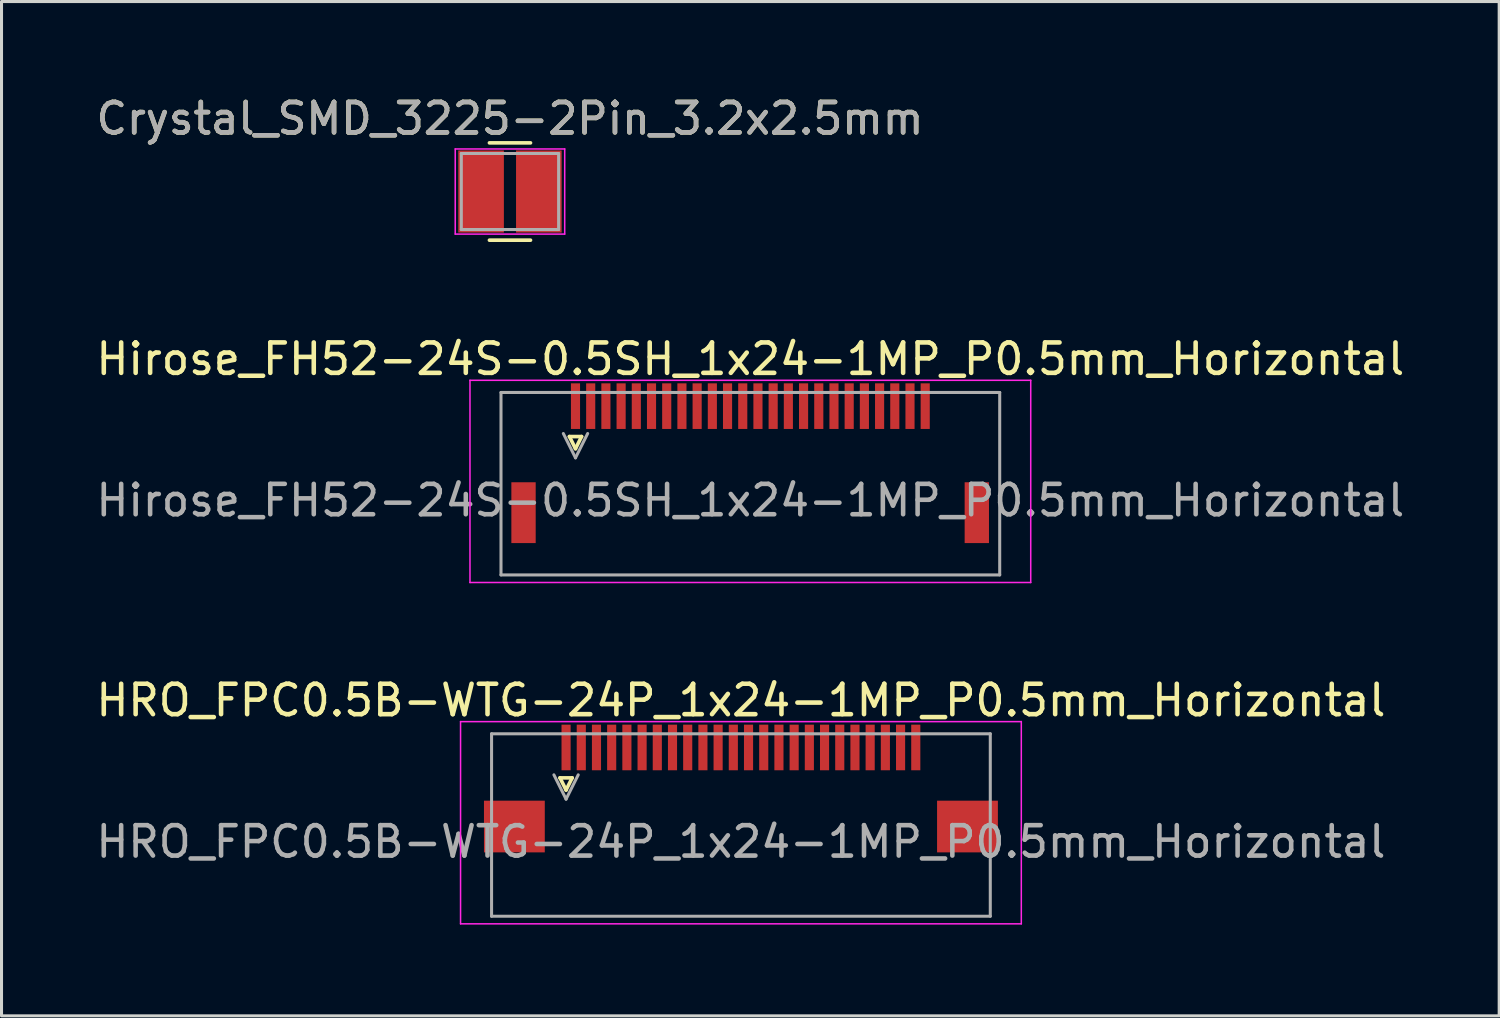
<source format=kicad_pcb>
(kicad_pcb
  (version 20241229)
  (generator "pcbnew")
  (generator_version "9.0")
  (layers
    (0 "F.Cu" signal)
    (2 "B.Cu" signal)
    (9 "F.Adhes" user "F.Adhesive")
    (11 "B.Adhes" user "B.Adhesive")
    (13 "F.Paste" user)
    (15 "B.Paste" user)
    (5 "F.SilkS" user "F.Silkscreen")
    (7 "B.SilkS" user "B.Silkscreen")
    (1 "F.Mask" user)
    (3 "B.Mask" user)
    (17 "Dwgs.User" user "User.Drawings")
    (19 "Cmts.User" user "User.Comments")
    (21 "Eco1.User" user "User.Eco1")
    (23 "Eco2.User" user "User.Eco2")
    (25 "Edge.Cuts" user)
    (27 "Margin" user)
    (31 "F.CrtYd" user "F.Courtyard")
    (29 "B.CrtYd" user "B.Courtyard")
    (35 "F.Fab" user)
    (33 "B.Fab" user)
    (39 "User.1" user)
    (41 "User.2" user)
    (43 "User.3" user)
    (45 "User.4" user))
  (footprint "Crystal_SMD_3225-2Pin_3.2x2.5mm"
    (layer "F.Cu")
    (at 13.72 3.248)
    (property "Reference" "Crystal_SMD_3225-2Pin_3.2x2.5mm" (at 0 -2.4 0) (layer "F.SilkS") (effects (font (size 1 1) (thickness 0.15))))
    (attr smd)
    (fp_line (start -0.675 -1.6) (end 0.675 -1.6) (stroke (width 0.12) (type solid)) (layer "F.SilkS"))
    (fp_line (start -0.675 1.6) (end 0.675 1.6) (stroke (width 0.12) (type solid)) (layer "F.SilkS"))
    (fp_line (start -1.8 -1.4) (end -1.8 1.4) (stroke (width 0.05) (type solid)) (layer "F.CrtYd"))
    (fp_line (start -1.8 -1.4) (end 1.8 -1.4) (stroke (width 0.05) (type solid)) (layer "F.CrtYd"))
    (fp_line (start -1.8 1.4) (end 1.8 1.4) (stroke (width 0.05) (type solid)) (layer "F.CrtYd"))
    (fp_line (start 1.8 -1.4) (end 1.8 1.4) (stroke (width 0.05) (type solid)) (layer "F.CrtYd"))
    (fp_line (start -1.6 -1.25) (end -1.6 1.25) (stroke (width 0.1) (type solid)) (layer "F.Fab"))
    (fp_line (start -1.6 -1.25) (end 1.6 -1.25) (stroke (width 0.1) (type solid)) (layer "F.Fab"))
    (fp_line (start -1.6 1.25) (end 1.6 1.25) (stroke (width 0.1) (type solid)) (layer "F.Fab"))
    (fp_line (start 1.6 -1.25) (end 1.6 1.25) (stroke (width 0.1) (type solid)) (layer "F.Fab"))
    (fp_text user "${REFERENCE}" (at 0 -2.4 0) (layer "F.Fab") (effects (font (size 1 1) (thickness 0.15))))
    (pad "1" smd rect (at 0.95 0) (size 1.5 2.7) (layers "F.Cu" "F.Mask" "F.Paste"))
    (pad "2" smd rect (at -0.95 0) (size 1.5 2.7) (layers "F.Cu" "F.Mask" "F.Paste")))
  (footprint "Hirose_FH52-24S-0.5SH_1x24-1MP_P0.5mm_Horizontal"
    (layer "F.Cu")
    (at 21.625 12.021)
    (property "Reference" "Hirose_FH52-24S-0.5SH_1x24-1MP_P0.5mm_Horizontal" (at 0 -3.265 0) (layer "F.SilkS") (effects (font (size 1 1) (thickness 0.15))))
    (attr smd)
    (fp_line (start -5.95 -0.715) (end -5.75 -0.315) (stroke (width 0.12) (type solid)) (layer "F.SilkS"))
    (fp_line (start -5.75 -0.315) (end -5.55 -0.715) (stroke (width 0.12) (type solid)) (layer "F.SilkS"))
    (fp_line (start -5.55 -0.715) (end -5.95 -0.715) (stroke (width 0.12) (type solid)) (layer "F.SilkS"))
    (fp_line (start -9.22 -2.565) (end -9.22 4.085) (stroke (width 0.05) (type solid)) (layer "F.CrtYd"))
    (fp_line (start -9.22 4.085) (end 9.22 4.085) (stroke (width 0.05) (type solid)) (layer "F.CrtYd"))
    (fp_line (start 9.22 -2.565) (end -9.22 -2.565) (stroke (width 0.05) (type solid)) (layer "F.CrtYd"))
    (fp_line (start 9.22 4.085) (end 9.22 -2.565) (stroke (width 0.05) (type solid)) (layer "F.CrtYd"))
    (fp_line (start -8.2 -2.165) (end -8.2 3.835) (stroke (width 0.1) (type default)) (layer "F.Fab"))
    (fp_line (start -8.2 -2.165) (end 8.2 -2.165) (stroke (width 0.1) (type default)) (layer "F.Fab"))
    (fp_line (start -8.2 3.835) (end 8.2 3.835) (stroke (width 0.1) (type default)) (layer "F.Fab"))
    (fp_line (start -6.15 -0.815) (end -5.75 -0.015) (stroke (width 0.1) (type solid)) (layer "F.Fab"))
    (fp_line (start -5.75 -0.015) (end -5.35 -0.815) (stroke (width 0.1) (type solid)) (layer "F.Fab"))
    (fp_line (start 8.2 -2.165) (end 8.2 3.835) (stroke (width 0.1) (type default)) (layer "F.Fab"))
    (fp_text user "${REFERENCE}" (at 0 1.385 0) (layer "F.Fab") (effects (font (size 1 1) (thickness 0.15))))
    (pad "1" smd rect (at -5.75 -1.715) (size 0.3 1.5) (layers "F.Cu" "F.Mask" "F.Paste"))
    (pad "2" smd rect (at -5.25 -1.715) (size 0.3 1.5) (layers "F.Cu" "F.Mask" "F.Paste"))
    (pad "3" smd rect (at -4.75 -1.715) (size 0.3 1.5) (layers "F.Cu" "F.Mask" "F.Paste"))
    (pad "4" smd rect (at -4.25 -1.715) (size 0.3 1.5) (layers "F.Cu" "F.Mask" "F.Paste"))
    (pad "5" smd rect (at -3.75 -1.715) (size 0.3 1.5) (layers "F.Cu" "F.Mask" "F.Paste"))
    (pad "6" smd rect (at -3.25 -1.715) (size 0.3 1.5) (layers "F.Cu" "F.Mask" "F.Paste"))
    (pad "7" smd rect (at -2.75 -1.715) (size 0.3 1.5) (layers "F.Cu" "F.Mask" "F.Paste"))
    (pad "8" smd rect (at -2.25 -1.715) (size 0.3 1.5) (layers "F.Cu" "F.Mask" "F.Paste"))
    (pad "9" smd rect (at -1.75 -1.715) (size 0.3 1.5) (layers "F.Cu" "F.Mask" "F.Paste"))
    (pad "10" smd rect (at -1.25 -1.715) (size 0.3 1.5) (layers "F.Cu" "F.Mask" "F.Paste"))
    (pad "11" smd rect (at -0.75 -1.715) (size 0.3 1.5) (layers "F.Cu" "F.Mask" "F.Paste"))
    (pad "12" smd rect (at -0.25 -1.715) (size 0.3 1.5) (layers "F.Cu" "F.Mask" "F.Paste"))
    (pad "13" smd rect (at 0.25 -1.715) (size 0.3 1.5) (layers "F.Cu" "F.Mask" "F.Paste"))
    (pad "14" smd rect (at 0.75 -1.715) (size 0.3 1.5) (layers "F.Cu" "F.Mask" "F.Paste"))
    (pad "15" smd rect (at 1.25 -1.715) (size 0.3 1.5) (layers "F.Cu" "F.Mask" "F.Paste"))
    (pad "16" smd rect (at 1.75 -1.715) (size 0.3 1.5) (layers "F.Cu" "F.Mask" "F.Paste"))
    (pad "17" smd rect (at 2.25 -1.715) (size 0.3 1.5) (layers "F.Cu" "F.Mask" "F.Paste"))
    (pad "18" smd rect (at 2.75 -1.715) (size 0.3 1.5) (layers "F.Cu" "F.Mask" "F.Paste"))
    (pad "19" smd rect (at 3.25 -1.715) (size 0.3 1.5) (layers "F.Cu" "F.Mask" "F.Paste"))
    (pad "20" smd rect (at 3.75 -1.715) (size 0.3 1.5) (layers "F.Cu" "F.Mask" "F.Paste"))
    (pad "21" smd rect (at 4.25 -1.715) (size 0.3 1.5) (layers "F.Cu" "F.Mask" "F.Paste"))
    (pad "22" smd rect (at 4.75 -1.715) (size 0.3 1.5) (layers "F.Cu" "F.Mask" "F.Paste"))
    (pad "23" smd rect (at 5.25 -1.715) (size 0.3 1.5) (layers "F.Cu" "F.Mask" "F.Paste"))
    (pad "24" smd rect (at 5.75 -1.715) (size 0.3 1.5) (layers "F.Cu" "F.Mask" "F.Paste"))
    (pad "MP" smd rect (at -7.459 1.788) (size 0.8 2) (layers "F.Cu" "F.Mask" "F.Paste"))
    (pad "MP" smd rect (at 7.447 1.788) (size 0.8 2) (layers "F.Cu" "F.Mask" "F.Paste")))
  (footprint "HRO_FPC0.5B-WTG-24P_1x24-1MP_P0.5mm_Horizontal"
    (layer "F.Cu")
    (at 21.315 22.28)
    (property "Reference" "HRO_FPC0.5B-WTG-24P_1x24-1MP_P0.5mm_Horizontal" (at 0 -2.3 0) (layer "F.SilkS") (effects (font (size 1 1) (thickness 0.15))))
    (attr smd)
    (fp_line (start -5.95 0.25) (end -5.75 0.65) (stroke (width 0.12) (type solid)) (layer "F.SilkS"))
    (fp_line (start -5.75 0.65) (end -5.55 0.25) (stroke (width 0.12) (type solid)) (layer "F.SilkS"))
    (fp_line (start -5.55 0.25) (end -5.95 0.25) (stroke (width 0.12) (type solid)) (layer "F.SilkS"))
    (fp_line (start -9.22 -1.6) (end -9.22 5.05) (stroke (width 0.05) (type solid)) (layer "F.CrtYd"))
    (fp_line (start -9.22 5.05) (end 9.22 5.05) (stroke (width 0.05) (type solid)) (layer "F.CrtYd"))
    (fp_line (start 9.22 -1.6) (end -9.22 -1.6) (stroke (width 0.05) (type solid)) (layer "F.CrtYd"))
    (fp_line (start 9.22 5.05) (end 9.22 -1.6) (stroke (width 0.05) (type solid)) (layer "F.CrtYd"))
    (fp_line (start -8.2 -1.2) (end -8.2 4.8) (stroke (width 0.1) (type default)) (layer "F.Fab"))
    (fp_line (start -8.2 -1.2) (end 8.2 -1.2) (stroke (width 0.1) (type default)) (layer "F.Fab"))
    (fp_line (start -8.2 4.8) (end 8.2 4.8) (stroke (width 0.1) (type default)) (layer "F.Fab"))
    (fp_line (start -6.15 0.15) (end -5.75 0.95) (stroke (width 0.1) (type solid)) (layer "F.Fab"))
    (fp_line (start -5.75 0.95) (end -5.35 0.15) (stroke (width 0.1) (type solid)) (layer "F.Fab"))
    (fp_line (start 8.2 -1.2) (end 8.2 4.8) (stroke (width 0.1) (type default)) (layer "F.Fab"))
    (fp_text user "${REFERENCE}" (at 0 2.35 0) (layer "F.Fab") (effects (font (size 1 1) (thickness 0.15))))
    (pad "1" smd rect (at -5.75 -0.75) (size 0.3 1.5) (layers "F.Cu" "F.Mask" "F.Paste"))
    (pad "2" smd rect (at -5.25 -0.75) (size 0.3 1.5) (layers "F.Cu" "F.Mask" "F.Paste"))
    (pad "3" smd rect (at -4.75 -0.75) (size 0.3 1.5) (layers "F.Cu" "F.Mask" "F.Paste"))
    (pad "4" smd rect (at -4.25 -0.75) (size 0.3 1.5) (layers "F.Cu" "F.Mask" "F.Paste"))
    (pad "5" smd rect (at -3.75 -0.75) (size 0.3 1.5) (layers "F.Cu" "F.Mask" "F.Paste"))
    (pad "6" smd rect (at -3.25 -0.75) (size 0.3 1.5) (layers "F.Cu" "F.Mask" "F.Paste"))
    (pad "7" smd rect (at -2.75 -0.75) (size 0.3 1.5) (layers "F.Cu" "F.Mask" "F.Paste"))
    (pad "8" smd rect (at -2.25 -0.75) (size 0.3 1.5) (layers "F.Cu" "F.Mask" "F.Paste"))
    (pad "9" smd rect (at -1.75 -0.75) (size 0.3 1.5) (layers "F.Cu" "F.Mask" "F.Paste"))
    (pad "10" smd rect (at -1.25 -0.75) (size 0.3 1.5) (layers "F.Cu" "F.Mask" "F.Paste"))
    (pad "11" smd rect (at -0.75 -0.75) (size 0.3 1.5) (layers "F.Cu" "F.Mask" "F.Paste"))
    (pad "12" smd rect (at -0.25 -0.75) (size 0.3 1.5) (layers "F.Cu" "F.Mask" "F.Paste"))
    (pad "13" smd rect (at 0.25 -0.75) (size 0.3 1.5) (layers "F.Cu" "F.Mask" "F.Paste"))
    (pad "14" smd rect (at 0.75 -0.75) (size 0.3 1.5) (layers "F.Cu" "F.Mask" "F.Paste"))
    (pad "15" smd rect (at 1.25 -0.75) (size 0.3 1.5) (layers "F.Cu" "F.Mask" "F.Paste"))
    (pad "16" smd rect (at 1.75 -0.75) (size 0.3 1.5) (layers "F.Cu" "F.Mask" "F.Paste"))
    (pad "17" smd rect (at 2.25 -0.75) (size 0.3 1.5) (layers "F.Cu" "F.Mask" "F.Paste"))
    (pad "18" smd rect (at 2.75 -0.75) (size 0.3 1.5) (layers "F.Cu" "F.Mask" "F.Paste"))
    (pad "19" smd rect (at 3.25 -0.75) (size 0.3 1.5) (layers "F.Cu" "F.Mask" "F.Paste"))
    (pad "20" smd rect (at 3.75 -0.75) (size 0.3 1.5) (layers "F.Cu" "F.Mask" "F.Paste"))
    (pad "21" smd rect (at 4.25 -0.75) (size 0.3 1.5) (layers "F.Cu" "F.Mask" "F.Paste"))
    (pad "22" smd rect (at 4.75 -0.75) (size 0.3 1.5) (layers "F.Cu" "F.Mask" "F.Paste"))
    (pad "23" smd rect (at 5.25 -0.75) (size 0.3 1.5) (layers "F.Cu" "F.Mask" "F.Paste"))
    (pad "24" smd rect (at 5.75 -0.75) (size 0.3 1.5) (layers "F.Cu" "F.Mask" "F.Paste"))
    (pad "MP" smd rect (at -7.45 1.85) (size 2 1.7) (layers "F.Cu" "F.Mask" "F.Paste"))
    (pad "MP" smd rect (at 7.45 1.85 180) (size 2 1.7) (layers "F.Cu" "F.Mask" "F.Paste")))
  (gr_rect
    (start -3 -3)
    (end 46.25 30.355)
    (stroke (width 0.1) (type default))
    (fill no)
    (layer "Edge.Cuts")))
</source>
